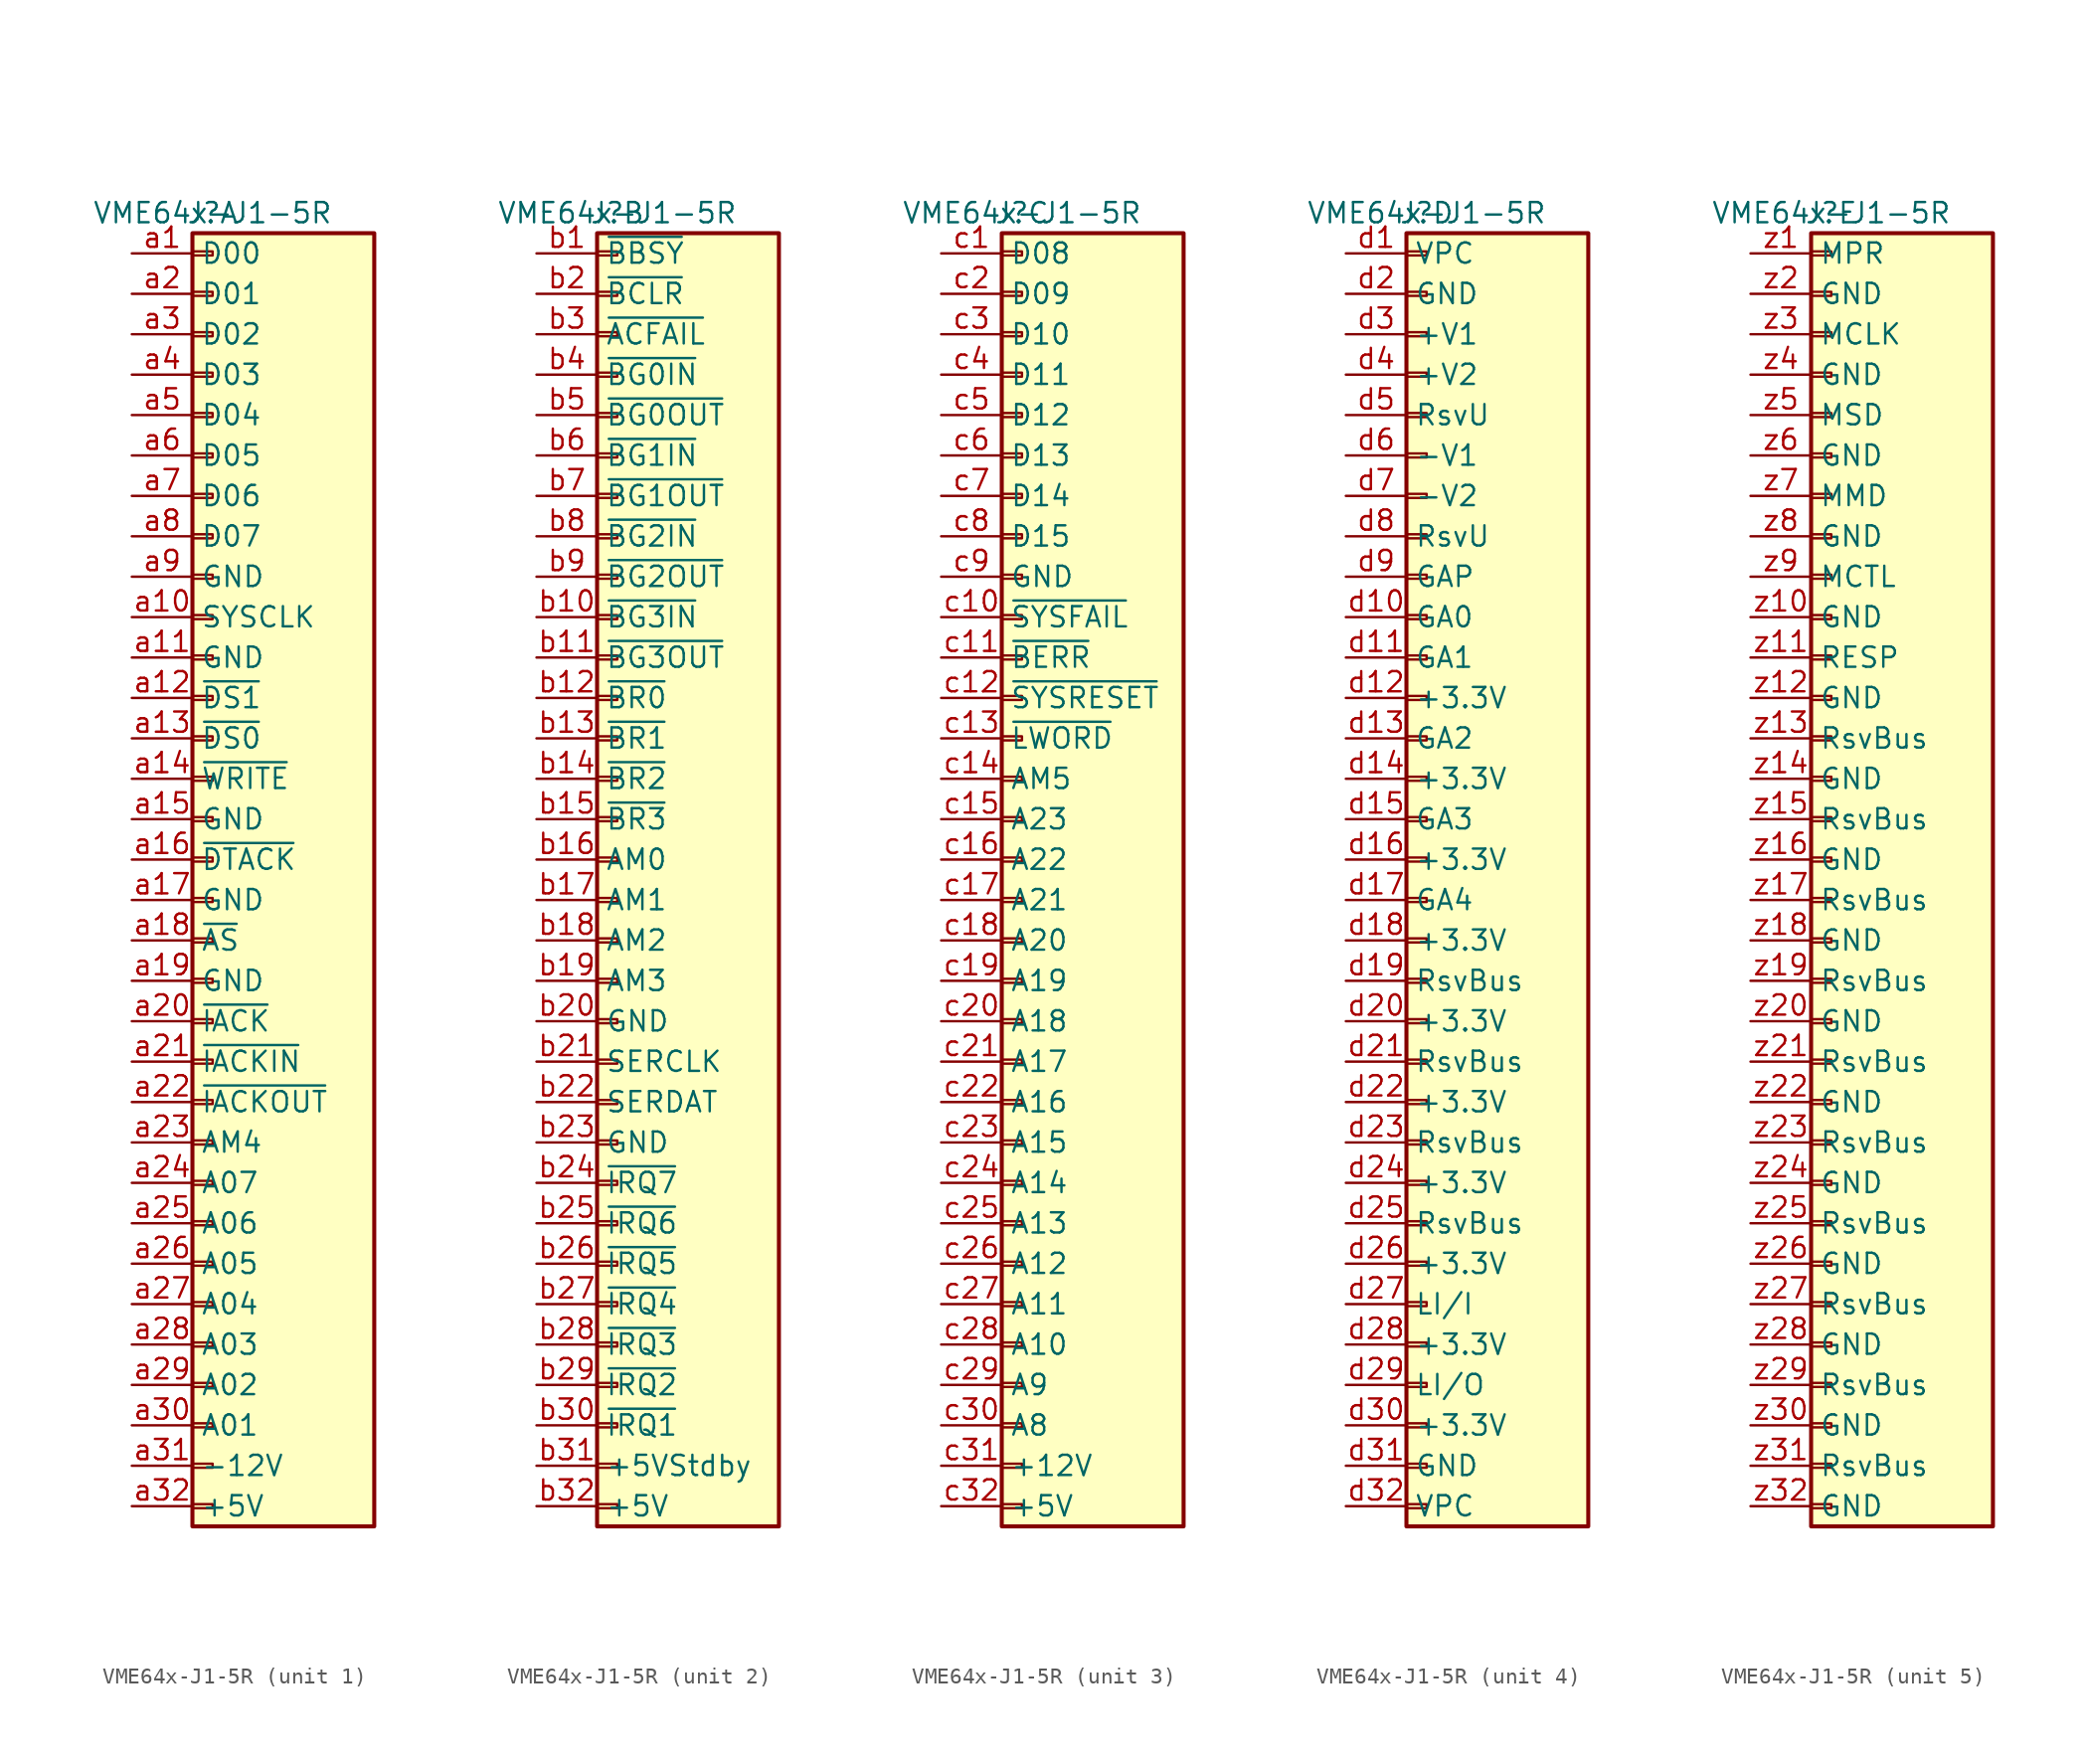
<source format=kicad_sym>
(kicad_symbol_lib
  (version 20231120)
  (generator "kicad_symbol_editor")
  (generator_version "8.0")
  (symbol "VME64x-J1-5R"
    (property "Reference" "J"
      (at 0 40.64 0)
      (effects (font (size 1.27 1.27))))
    (property "Value" "VME64x-J1-5R"
      (at 0 40.64 0)
      (effects (font (size 1.27 1.27))))
    (property "ki_locked" ""
      (at 0 0 0)
      (effects (font (size 1.27 1.27))))
    (symbol "VME64x-J1-5R_1_1"
      (rectangle (start -1.27 -40.513) (end 0 -40.767) (stroke (width 0.152) (type default)) (fill (type none)))
      (rectangle (start -1.27 -37.973) (end 0 -38.227) (stroke (width 0.152) (type default)) (fill (type none)))
      (rectangle (start -1.27 -35.433) (end 0 -35.687) (stroke (width 0.152) (type default)) (fill (type none)))
      (rectangle (start -1.27 -32.893) (end 0 -33.147) (stroke (width 0.152) (type default)) (fill (type none)))
      (rectangle (start -1.27 -30.353) (end 0 -30.607) (stroke (width 0.152) (type default)) (fill (type none)))
      (rectangle (start -1.27 -27.813) (end 0 -28.067) (stroke (width 0.152) (type default)) (fill (type none)))
      (rectangle (start -1.27 -25.273) (end 0 -25.527) (stroke (width 0.152) (type default)) (fill (type none)))
      (rectangle (start -1.27 -22.733) (end 0 -22.987) (stroke (width 0.152) (type default)) (fill (type none)))
      (rectangle (start -1.27 -20.193) (end 0 -20.447) (stroke (width 0.152) (type default)) (fill (type none)))
      (rectangle (start -1.27 -17.653) (end 0 -17.907) (stroke (width 0.152) (type default)) (fill (type none)))
      (rectangle (start -1.27 -15.113) (end 0 -15.367) (stroke (width 0.152) (type default)) (fill (type none)))
      (rectangle (start -1.27 -12.573) (end 0 -12.827) (stroke (width 0.152) (type default)) (fill (type none)))
      (rectangle (start -1.27 -10.033) (end 0 -10.287) (stroke (width 0.152) (type default)) (fill (type none)))
      (rectangle (start -1.27 -7.493) (end 0 -7.747) (stroke (width 0.152) (type default)) (fill (type none)))
      (rectangle (start -1.27 -4.953) (end 0 -5.207) (stroke (width 0.152) (type default)) (fill (type none)))
      (rectangle (start -1.27 -2.413) (end 0 -2.667) (stroke (width 0.152) (type default)) (fill (type none)))
      (rectangle (start -1.27 0.127) (end 0 -0.127) (stroke (width 0.152) (type default)) (fill (type none)))
      (rectangle (start -1.27 2.667) (end 0 2.413) (stroke (width 0.152) (type default)) (fill (type none)))
      (rectangle (start -1.27 5.207) (end 0 4.953) (stroke (width 0.152) (type default)) (fill (type none)))
      (rectangle (start -1.27 7.747) (end 0 7.493) (stroke (width 0.152) (type default)) (fill (type none)))
      (rectangle (start -1.27 10.287) (end 0 10.033) (stroke (width 0.152) (type default)) (fill (type none)))
      (rectangle (start -1.27 12.827) (end 0 12.573) (stroke (width 0.152) (type default)) (fill (type none)))
      (rectangle (start -1.27 15.367) (end 0 15.113) (stroke (width 0.152) (type default)) (fill (type none)))
      (rectangle (start -1.27 17.907) (end 0 17.653) (stroke (width 0.152) (type default)) (fill (type none)))
      (rectangle (start -1.27 20.447) (end 0 20.193) (stroke (width 0.152) (type default)) (fill (type none)))
      (rectangle (start -1.27 22.987) (end 0 22.733) (stroke (width 0.152) (type default)) (fill (type none)))
      (rectangle (start -1.27 25.527) (end 0 25.273) (stroke (width 0.152) (type default)) (fill (type none)))
      (rectangle (start -1.27 28.067) (end 0 27.813) (stroke (width 0.152) (type default)) (fill (type none)))
      (rectangle (start -1.27 30.607) (end 0 30.353) (stroke (width 0.152) (type default)) (fill (type none)))
      (rectangle (start -1.27 33.147) (end 0 32.893) (stroke (width 0.152) (type default)) (fill (type none)))
      (rectangle (start -1.27 35.687) (end 0 35.433) (stroke (width 0.152) (type default)) (fill (type none)))
      (rectangle (start -1.27 38.227) (end 0 37.973) (stroke (width 0.152) (type default)) (fill (type none)))
      (rectangle (start -1.27 39.37) (end 10.16 -41.91) (stroke (width 0.254) (type default)) (fill (type background)))
      (pin bidirectional line (at -5.08 38.1 0) (length 3.81) (name "D00" (effects (font (size 1.27 1.27)))) (number "a1" (effects (font (size 1.27 1.27)))))
      (pin output line (at -5.08 15.24 0) (length 3.81) (name "SYSCLK" (effects (font (size 1.27 1.27)))) (number "a10" (effects (font (size 1.27 1.27)))))
      (pin power_out line (at -5.08 12.7 0) (length 3.81) (name "GND" (effects (font (size 1.27 1.27)))) (number "a11" (effects (font (size 1.27 1.27)))))
      (pin bidirectional line (at -5.08 10.16 0) (length 3.81) (name "~{DS1}" (effects (font (size 1.27 1.27)))) (number "a12" (effects (font (size 1.27 1.27)))))
      (pin bidirectional line (at -5.08 7.62 0) (length 3.81) (name "~{DS0}" (effects (font (size 1.27 1.27)))) (number "a13" (effects (font (size 1.27 1.27)))))
      (pin bidirectional line (at -5.08 5.08 0) (length 3.81) (name "~{WRITE}" (effects (font (size 1.27 1.27)))) (number "a14" (effects (font (size 1.27 1.27)))))
      (pin power_out line (at -5.08 2.54 0) (length 3.81) (name "GND" (effects (font (size 1.27 1.27)))) (number "a15" (effects (font (size 1.27 1.27)))))
      (pin bidirectional line (at -5.08 0 0) (length 3.81) (name "~{DTACK}" (effects (font (size 1.27 1.27)))) (number "a16" (effects (font (size 1.27 1.27)))))
      (pin power_out line (at -5.08 -2.54 0) (length 3.81) (name "GND" (effects (font (size 1.27 1.27)))) (number "a17" (effects (font (size 1.27 1.27)))))
      (pin bidirectional line (at -5.08 -5.08 0) (length 3.81) (name "~{AS}" (effects (font (size 1.27 1.27)))) (number "a18" (effects (font (size 1.27 1.27)))))
      (pin power_out line (at -5.08 -7.62 0) (length 3.81) (name "GND" (effects (font (size 1.27 1.27)))) (number "a19" (effects (font (size 1.27 1.27)))))
      (pin bidirectional line (at -5.08 35.56 0) (length 3.81) (name "D01" (effects (font (size 1.27 1.27)))) (number "a2" (effects (font (size 1.27 1.27)))))
      (pin bidirectional line (at -5.08 -10.16 0) (length 3.81) (name "~{IACK}" (effects (font (size 1.27 1.27)))) (number "a20" (effects (font (size 1.27 1.27)))))
      (pin input line (at -5.08 -12.7 0) (length 3.81) (name "~{IACKIN}" (effects (font (size 1.27 1.27)))) (number "a21" (effects (font (size 1.27 1.27)))))
      (pin output line (at -5.08 -15.24 0) (length 3.81) (name "~{IACKOUT}" (effects (font (size 1.27 1.27)))) (number "a22" (effects (font (size 1.27 1.27)))))
      (pin bidirectional line (at -5.08 -17.78 0) (length 3.81) (name "AM4" (effects (font (size 1.27 1.27)))) (number "a23" (effects (font (size 1.27 1.27)))))
      (pin bidirectional line (at -5.08 -20.32 0) (length 3.81) (name "A07" (effects (font (size 1.27 1.27)))) (number "a24" (effects (font (size 1.27 1.27)))))
      (pin bidirectional line (at -5.08 -22.86 0) (length 3.81) (name "A06" (effects (font (size 1.27 1.27)))) (number "a25" (effects (font (size 1.27 1.27)))))
      (pin bidirectional line (at -5.08 -25.4 0) (length 3.81) (name "A05" (effects (font (size 1.27 1.27)))) (number "a26" (effects (font (size 1.27 1.27)))))
      (pin bidirectional line (at -5.08 -27.94 0) (length 3.81) (name "A04" (effects (font (size 1.27 1.27)))) (number "a27" (effects (font (size 1.27 1.27)))))
      (pin bidirectional line (at -5.08 -30.48 0) (length 3.81) (name "A03" (effects (font (size 1.27 1.27)))) (number "a28" (effects (font (size 1.27 1.27)))))
      (pin bidirectional line (at -5.08 -33.02 0) (length 3.81) (name "A02" (effects (font (size 1.27 1.27)))) (number "a29" (effects (font (size 1.27 1.27)))))
      (pin bidirectional line (at -5.08 33.02 0) (length 3.81) (name "D02" (effects (font (size 1.27 1.27)))) (number "a3" (effects (font (size 1.27 1.27)))))
      (pin bidirectional line (at -5.08 -35.56 0) (length 3.81) (name "A01" (effects (font (size 1.27 1.27)))) (number "a30" (effects (font (size 1.27 1.27)))))
      (pin power_out line (at -5.08 -38.1 0) (length 3.81) (name "-12V" (effects (font (size 1.27 1.27)))) (number "a31" (effects (font (size 1.27 1.27)))))
      (pin power_out line (at -5.08 -40.64 0) (length 3.81) (name "+5V" (effects (font (size 1.27 1.27)))) (number "a32" (effects (font (size 1.27 1.27)))))
      (pin bidirectional line (at -5.08 30.48 0) (length 3.81) (name "D03" (effects (font (size 1.27 1.27)))) (number "a4" (effects (font (size 1.27 1.27)))))
      (pin bidirectional line (at -5.08 27.94 0) (length 3.81) (name "D04" (effects (font (size 1.27 1.27)))) (number "a5" (effects (font (size 1.27 1.27)))))
      (pin bidirectional line (at -5.08 25.4 0) (length 3.81) (name "D05" (effects (font (size 1.27 1.27)))) (number "a6" (effects (font (size 1.27 1.27)))))
      (pin bidirectional line (at -5.08 22.86 0) (length 3.81) (name "D06" (effects (font (size 1.27 1.27)))) (number "a7" (effects (font (size 1.27 1.27)))))
      (pin bidirectional line (at -5.08 20.32 0) (length 3.81) (name "D07" (effects (font (size 1.27 1.27)))) (number "a8" (effects (font (size 1.27 1.27)))))
      (pin power_out line (at -5.08 17.78 0) (length 3.81) (name "GND" (effects (font (size 1.27 1.27)))) (number "a9" (effects (font (size 1.27 1.27))))))
    (symbol "VME64x-J1-5R_2_1"
      (rectangle (start -1.27 -40.513) (end 0 -40.767) (stroke (width 0.152) (type default)) (fill (type none)))
      (rectangle (start -1.27 -37.973) (end 0 -38.227) (stroke (width 0.152) (type default)) (fill (type none)))
      (rectangle (start -1.27 -35.433) (end 0 -35.687) (stroke (width 0.152) (type default)) (fill (type none)))
      (rectangle (start -1.27 -32.893) (end 0 -33.147) (stroke (width 0.152) (type default)) (fill (type none)))
      (rectangle (start -1.27 -30.353) (end 0 -30.607) (stroke (width 0.152) (type default)) (fill (type none)))
      (rectangle (start -1.27 -27.813) (end 0 -28.067) (stroke (width 0.152) (type default)) (fill (type none)))
      (rectangle (start -1.27 -25.273) (end 0 -25.527) (stroke (width 0.152) (type default)) (fill (type none)))
      (rectangle (start -1.27 -22.733) (end 0 -22.987) (stroke (width 0.152) (type default)) (fill (type none)))
      (rectangle (start -1.27 -20.193) (end 0 -20.447) (stroke (width 0.152) (type default)) (fill (type none)))
      (rectangle (start -1.27 -17.653) (end 0 -17.907) (stroke (width 0.152) (type default)) (fill (type none)))
      (rectangle (start -1.27 -15.113) (end 0 -15.367) (stroke (width 0.152) (type default)) (fill (type none)))
      (rectangle (start -1.27 -12.573) (end 0 -12.827) (stroke (width 0.152) (type default)) (fill (type none)))
      (rectangle (start -1.27 -10.033) (end 0 -10.287) (stroke (width 0.152) (type default)) (fill (type none)))
      (rectangle (start -1.27 -7.493) (end 0 -7.747) (stroke (width 0.152) (type default)) (fill (type none)))
      (rectangle (start -1.27 -4.953) (end 0 -5.207) (stroke (width 0.152) (type default)) (fill (type none)))
      (rectangle (start -1.27 -2.413) (end 0 -2.667) (stroke (width 0.152) (type default)) (fill (type none)))
      (rectangle (start -1.27 0.127) (end 0 -0.127) (stroke (width 0.152) (type default)) (fill (type none)))
      (rectangle (start -1.27 2.667) (end 0 2.413) (stroke (width 0.152) (type default)) (fill (type none)))
      (rectangle (start -1.27 5.207) (end 0 4.953) (stroke (width 0.152) (type default)) (fill (type none)))
      (rectangle (start -1.27 7.747) (end 0 7.493) (stroke (width 0.152) (type default)) (fill (type none)))
      (rectangle (start -1.27 10.287) (end 0 10.033) (stroke (width 0.152) (type default)) (fill (type none)))
      (rectangle (start -1.27 12.827) (end 0 12.573) (stroke (width 0.152) (type default)) (fill (type none)))
      (rectangle (start -1.27 15.367) (end 0 15.113) (stroke (width 0.152) (type default)) (fill (type none)))
      (rectangle (start -1.27 17.907) (end 0 17.653) (stroke (width 0.152) (type default)) (fill (type none)))
      (rectangle (start -1.27 20.447) (end 0 20.193) (stroke (width 0.152) (type default)) (fill (type none)))
      (rectangle (start -1.27 22.987) (end 0 22.733) (stroke (width 0.152) (type default)) (fill (type none)))
      (rectangle (start -1.27 25.527) (end 0 25.273) (stroke (width 0.152) (type default)) (fill (type none)))
      (rectangle (start -1.27 28.067) (end 0 27.813) (stroke (width 0.152) (type default)) (fill (type none)))
      (rectangle (start -1.27 30.607) (end 0 30.353) (stroke (width 0.152) (type default)) (fill (type none)))
      (rectangle (start -1.27 33.147) (end 0 32.893) (stroke (width 0.152) (type default)) (fill (type none)))
      (rectangle (start -1.27 35.687) (end 0 35.433) (stroke (width 0.152) (type default)) (fill (type none)))
      (rectangle (start -1.27 38.227) (end 0 37.973) (stroke (width 0.152) (type default)) (fill (type none)))
      (rectangle (start -1.27 39.37) (end 10.16 -41.91) (stroke (width 0.254) (type default)) (fill (type background)))
      (pin bidirectional line (at -5.08 38.1 0) (length 3.81) (name "~{BBSY}" (effects (font (size 1.27 1.27)))) (number "b1" (effects (font (size 1.27 1.27)))))
      (pin input line (at -5.08 15.24 0) (length 3.81) (name "~{BG3IN}" (effects (font (size 1.27 1.27)))) (number "b10" (effects (font (size 1.27 1.27)))))
      (pin output line (at -5.08 12.7 0) (length 3.81) (name "~{BG3OUT}" (effects (font (size 1.27 1.27)))) (number "b11" (effects (font (size 1.27 1.27)))))
      (pin bidirectional line (at -5.08 10.16 0) (length 3.81) (name "~{BR0}" (effects (font (size 1.27 1.27)))) (number "b12" (effects (font (size 1.27 1.27)))))
      (pin bidirectional line (at -5.08 7.62 0) (length 3.81) (name "~{BR1}" (effects (font (size 1.27 1.27)))) (number "b13" (effects (font (size 1.27 1.27)))))
      (pin bidirectional line (at -5.08 5.08 0) (length 3.81) (name "~{BR2}" (effects (font (size 1.27 1.27)))) (number "b14" (effects (font (size 1.27 1.27)))))
      (pin bidirectional line (at -5.08 2.54 0) (length 3.81) (name "~{BR3}" (effects (font (size 1.27 1.27)))) (number "b15" (effects (font (size 1.27 1.27)))))
      (pin bidirectional line (at -5.08 0 0) (length 3.81) (name "AM0" (effects (font (size 1.27 1.27)))) (number "b16" (effects (font (size 1.27 1.27)))))
      (pin bidirectional line (at -5.08 -2.54 0) (length 3.81) (name "AM1" (effects (font (size 1.27 1.27)))) (number "b17" (effects (font (size 1.27 1.27)))))
      (pin bidirectional line (at -5.08 -5.08 0) (length 3.81) (name "AM2" (effects (font (size 1.27 1.27)))) (number "b18" (effects (font (size 1.27 1.27)))))
      (pin bidirectional line (at -5.08 -7.62 0) (length 3.81) (name "AM3" (effects (font (size 1.27 1.27)))) (number "b19" (effects (font (size 1.27 1.27)))))
      (pin bidirectional line (at -5.08 35.56 0) (length 3.81) (name "~{BCLR}" (effects (font (size 1.27 1.27)))) (number "b2" (effects (font (size 1.27 1.27)))))
      (pin power_out line (at -5.08 -10.16 0) (length 3.81) (name "GND" (effects (font (size 1.27 1.27)))) (number "b20" (effects (font (size 1.27 1.27)))))
      (pin bidirectional line (at -5.08 -12.7 0) (length 3.81) (name "SERCLK" (effects (font (size 1.27 1.27)))) (number "b21" (effects (font (size 1.27 1.27)))))
      (pin bidirectional line (at -5.08 -15.24 0) (length 3.81) (name "SERDAT" (effects (font (size 1.27 1.27)))) (number "b22" (effects (font (size 1.27 1.27)))))
      (pin power_out line (at -5.08 -17.78 0) (length 3.81) (name "GND" (effects (font (size 1.27 1.27)))) (number "b23" (effects (font (size 1.27 1.27)))))
      (pin bidirectional line (at -5.08 -20.32 0) (length 3.81) (name "~{IRQ7}" (effects (font (size 1.27 1.27)))) (number "b24" (effects (font (size 1.27 1.27)))))
      (pin bidirectional line (at -5.08 -22.86 0) (length 3.81) (name "~{IRQ6}" (effects (font (size 1.27 1.27)))) (number "b25" (effects (font (size 1.27 1.27)))))
      (pin bidirectional line (at -5.08 -25.4 0) (length 3.81) (name "~{IRQ5}" (effects (font (size 1.27 1.27)))) (number "b26" (effects (font (size 1.27 1.27)))))
      (pin bidirectional line (at -5.08 -27.94 0) (length 3.81) (name "~{IRQ4}" (effects (font (size 1.27 1.27)))) (number "b27" (effects (font (size 1.27 1.27)))))
      (pin bidirectional line (at -5.08 -30.48 0) (length 3.81) (name "~{IRQ3}" (effects (font (size 1.27 1.27)))) (number "b28" (effects (font (size 1.27 1.27)))))
      (pin bidirectional line (at -5.08 -33.02 0) (length 3.81) (name "~{IRQ2}" (effects (font (size 1.27 1.27)))) (number "b29" (effects (font (size 1.27 1.27)))))
      (pin output line (at -5.08 33.02 0) (length 3.81) (name "~{ACFAIL}" (effects (font (size 1.27 1.27)))) (number "b3" (effects (font (size 1.27 1.27)))))
      (pin bidirectional line (at -5.08 -35.56 0) (length 3.81) (name "~{IRQ1}" (effects (font (size 1.27 1.27)))) (number "b30" (effects (font (size 1.27 1.27)))))
      (pin power_out line (at -5.08 -38.1 0) (length 3.81) (name "+5VStdby" (effects (font (size 1.27 1.27)))) (number "b31" (effects (font (size 1.27 1.27)))))
      (pin power_out line (at -5.08 -40.64 0) (length 3.81) (name "+5V" (effects (font (size 1.27 1.27)))) (number "b32" (effects (font (size 1.27 1.27)))))
      (pin input line (at -5.08 30.48 0) (length 3.81) (name "~{BG0IN}" (effects (font (size 1.27 1.27)))) (number "b4" (effects (font (size 1.27 1.27)))))
      (pin output line (at -5.08 27.94 0) (length 3.81) (name "~{BG0OUT}" (effects (font (size 1.27 1.27)))) (number "b5" (effects (font (size 1.27 1.27)))))
      (pin input line (at -5.08 25.4 0) (length 3.81) (name "~{BG1IN}" (effects (font (size 1.27 1.27)))) (number "b6" (effects (font (size 1.27 1.27)))))
      (pin output line (at -5.08 22.86 0) (length 3.81) (name "~{BG1OUT}" (effects (font (size 1.27 1.27)))) (number "b7" (effects (font (size 1.27 1.27)))))
      (pin input line (at -5.08 20.32 0) (length 3.81) (name "~{BG2IN}" (effects (font (size 1.27 1.27)))) (number "b8" (effects (font (size 1.27 1.27)))))
      (pin output line (at -5.08 17.78 0) (length 3.81) (name "~{BG2OUT}" (effects (font (size 1.27 1.27)))) (number "b9" (effects (font (size 1.27 1.27))))))
    (symbol "VME64x-J1-5R_3_1"
      (rectangle (start -1.27 -40.513) (end 0 -40.767) (stroke (width 0.152) (type default)) (fill (type none)))
      (rectangle (start -1.27 -37.973) (end 0 -38.227) (stroke (width 0.152) (type default)) (fill (type none)))
      (rectangle (start -1.27 -35.433) (end 0 -35.687) (stroke (width 0.152) (type default)) (fill (type none)))
      (rectangle (start -1.27 -32.893) (end 0 -33.147) (stroke (width 0.152) (type default)) (fill (type none)))
      (rectangle (start -1.27 -30.353) (end 0 -30.607) (stroke (width 0.152) (type default)) (fill (type none)))
      (rectangle (start -1.27 -27.813) (end 0 -28.067) (stroke (width 0.152) (type default)) (fill (type none)))
      (rectangle (start -1.27 -25.273) (end 0 -25.527) (stroke (width 0.152) (type default)) (fill (type none)))
      (rectangle (start -1.27 -22.733) (end 0 -22.987) (stroke (width 0.152) (type default)) (fill (type none)))
      (rectangle (start -1.27 -20.193) (end 0 -20.447) (stroke (width 0.152) (type default)) (fill (type none)))
      (rectangle (start -1.27 -17.653) (end 0 -17.907) (stroke (width 0.152) (type default)) (fill (type none)))
      (rectangle (start -1.27 -15.113) (end 0 -15.367) (stroke (width 0.152) (type default)) (fill (type none)))
      (rectangle (start -1.27 -12.573) (end 0 -12.827) (stroke (width 0.152) (type default)) (fill (type none)))
      (rectangle (start -1.27 -10.033) (end 0 -10.287) (stroke (width 0.152) (type default)) (fill (type none)))
      (rectangle (start -1.27 -7.493) (end 0 -7.747) (stroke (width 0.152) (type default)) (fill (type none)))
      (rectangle (start -1.27 -4.953) (end 0 -5.207) (stroke (width 0.152) (type default)) (fill (type none)))
      (rectangle (start -1.27 -2.413) (end 0 -2.667) (stroke (width 0.152) (type default)) (fill (type none)))
      (rectangle (start -1.27 0.127) (end 0 -0.127) (stroke (width 0.152) (type default)) (fill (type none)))
      (rectangle (start -1.27 2.667) (end 0 2.413) (stroke (width 0.152) (type default)) (fill (type none)))
      (rectangle (start -1.27 5.207) (end 0 4.953) (stroke (width 0.152) (type default)) (fill (type none)))
      (rectangle (start -1.27 7.747) (end 0 7.493) (stroke (width 0.152) (type default)) (fill (type none)))
      (rectangle (start -1.27 10.287) (end 0 10.033) (stroke (width 0.152) (type default)) (fill (type none)))
      (rectangle (start -1.27 12.827) (end 0 12.573) (stroke (width 0.152) (type default)) (fill (type none)))
      (rectangle (start -1.27 15.367) (end 0 15.113) (stroke (width 0.152) (type default)) (fill (type none)))
      (rectangle (start -1.27 17.907) (end 0 17.653) (stroke (width 0.152) (type default)) (fill (type none)))
      (rectangle (start -1.27 20.447) (end 0 20.193) (stroke (width 0.152) (type default)) (fill (type none)))
      (rectangle (start -1.27 22.987) (end 0 22.733) (stroke (width 0.152) (type default)) (fill (type none)))
      (rectangle (start -1.27 25.527) (end 0 25.273) (stroke (width 0.152) (type default)) (fill (type none)))
      (rectangle (start -1.27 28.067) (end 0 27.813) (stroke (width 0.152) (type default)) (fill (type none)))
      (rectangle (start -1.27 30.607) (end 0 30.353) (stroke (width 0.152) (type default)) (fill (type none)))
      (rectangle (start -1.27 33.147) (end 0 32.893) (stroke (width 0.152) (type default)) (fill (type none)))
      (rectangle (start -1.27 35.687) (end 0 35.433) (stroke (width 0.152) (type default)) (fill (type none)))
      (rectangle (start -1.27 38.227) (end 0 37.973) (stroke (width 0.152) (type default)) (fill (type none)))
      (rectangle (start -1.27 39.37) (end 10.16 -41.91) (stroke (width 0.254) (type default)) (fill (type background)))
      (pin bidirectional line (at -5.08 38.1 0) (length 3.81) (name "D08" (effects (font (size 1.27 1.27)))) (number "c1" (effects (font (size 1.27 1.27)))))
      (pin bidirectional line (at -5.08 15.24 0) (length 3.81) (name "~{SYSFAIL}" (effects (font (size 1.27 1.27)))) (number "c10" (effects (font (size 1.27 1.27)))))
      (pin bidirectional line (at -5.08 12.7 0) (length 3.81) (name "~{BERR}" (effects (font (size 1.27 1.27)))) (number "c11" (effects (font (size 1.27 1.27)))))
      (pin bidirectional line (at -5.08 10.16 0) (length 3.81) (name "~{SYSRESET}" (effects (font (size 1.27 1.27)))) (number "c12" (effects (font (size 1.27 1.27)))))
      (pin bidirectional line (at -5.08 7.62 0) (length 3.81) (name "~{LWORD}" (effects (font (size 1.27 1.27)))) (number "c13" (effects (font (size 1.27 1.27)))))
      (pin bidirectional line (at -5.08 5.08 0) (length 3.81) (name "AM5" (effects (font (size 1.27 1.27)))) (number "c14" (effects (font (size 1.27 1.27)))))
      (pin bidirectional line (at -5.08 2.54 0) (length 3.81) (name "A23" (effects (font (size 1.27 1.27)))) (number "c15" (effects (font (size 1.27 1.27)))))
      (pin bidirectional line (at -5.08 0 0) (length 3.81) (name "A22" (effects (font (size 1.27 1.27)))) (number "c16" (effects (font (size 1.27 1.27)))))
      (pin bidirectional line (at -5.08 -2.54 0) (length 3.81) (name "A21" (effects (font (size 1.27 1.27)))) (number "c17" (effects (font (size 1.27 1.27)))))
      (pin bidirectional line (at -5.08 -5.08 0) (length 3.81) (name "A20" (effects (font (size 1.27 1.27)))) (number "c18" (effects (font (size 1.27 1.27)))))
      (pin bidirectional line (at -5.08 -7.62 0) (length 3.81) (name "A19" (effects (font (size 1.27 1.27)))) (number "c19" (effects (font (size 1.27 1.27)))))
      (pin bidirectional line (at -5.08 35.56 0) (length 3.81) (name "D09" (effects (font (size 1.27 1.27)))) (number "c2" (effects (font (size 1.27 1.27)))))
      (pin bidirectional line (at -5.08 -10.16 0) (length 3.81) (name "A18" (effects (font (size 1.27 1.27)))) (number "c20" (effects (font (size 1.27 1.27)))))
      (pin bidirectional line (at -5.08 -12.7 0) (length 3.81) (name "A17" (effects (font (size 1.27 1.27)))) (number "c21" (effects (font (size 1.27 1.27)))))
      (pin bidirectional line (at -5.08 -15.24 0) (length 3.81) (name "A16" (effects (font (size 1.27 1.27)))) (number "c22" (effects (font (size 1.27 1.27)))))
      (pin bidirectional line (at -5.08 -17.78 0) (length 3.81) (name "A15" (effects (font (size 1.27 1.27)))) (number "c23" (effects (font (size 1.27 1.27)))))
      (pin bidirectional line (at -5.08 -20.32 0) (length 3.81) (name "A14" (effects (font (size 1.27 1.27)))) (number "c24" (effects (font (size 1.27 1.27)))))
      (pin bidirectional line (at -5.08 -22.86 0) (length 3.81) (name "A13" (effects (font (size 1.27 1.27)))) (number "c25" (effects (font (size 1.27 1.27)))))
      (pin bidirectional line (at -5.08 -25.4 0) (length 3.81) (name "A12" (effects (font (size 1.27 1.27)))) (number "c26" (effects (font (size 1.27 1.27)))))
      (pin bidirectional line (at -5.08 -27.94 0) (length 3.81) (name "A11" (effects (font (size 1.27 1.27)))) (number "c27" (effects (font (size 1.27 1.27)))))
      (pin bidirectional line (at -5.08 -30.48 0) (length 3.81) (name "A10" (effects (font (size 1.27 1.27)))) (number "c28" (effects (font (size 1.27 1.27)))))
      (pin bidirectional line (at -5.08 -33.02 0) (length 3.81) (name "A9" (effects (font (size 1.27 1.27)))) (number "c29" (effects (font (size 1.27 1.27)))))
      (pin bidirectional line (at -5.08 33.02 0) (length 3.81) (name "D10" (effects (font (size 1.27 1.27)))) (number "c3" (effects (font (size 1.27 1.27)))))
      (pin bidirectional line (at -5.08 -35.56 0) (length 3.81) (name "A8" (effects (font (size 1.27 1.27)))) (number "c30" (effects (font (size 1.27 1.27)))))
      (pin power_out line (at -5.08 -38.1 0) (length 3.81) (name "+12V" (effects (font (size 1.27 1.27)))) (number "c31" (effects (font (size 1.27 1.27)))))
      (pin power_out line (at -5.08 -40.64 0) (length 3.81) (name "+5V" (effects (font (size 1.27 1.27)))) (number "c32" (effects (font (size 1.27 1.27)))))
      (pin bidirectional line (at -5.08 30.48 0) (length 3.81) (name "D11" (effects (font (size 1.27 1.27)))) (number "c4" (effects (font (size 1.27 1.27)))))
      (pin bidirectional line (at -5.08 27.94 0) (length 3.81) (name "D12" (effects (font (size 1.27 1.27)))) (number "c5" (effects (font (size 1.27 1.27)))))
      (pin bidirectional line (at -5.08 25.4 0) (length 3.81) (name "D13" (effects (font (size 1.27 1.27)))) (number "c6" (effects (font (size 1.27 1.27)))))
      (pin bidirectional line (at -5.08 22.86 0) (length 3.81) (name "D14" (effects (font (size 1.27 1.27)))) (number "c7" (effects (font (size 1.27 1.27)))))
      (pin bidirectional line (at -5.08 20.32 0) (length 3.81) (name "D15" (effects (font (size 1.27 1.27)))) (number "c8" (effects (font (size 1.27 1.27)))))
      (pin power_out line (at -5.08 17.78 0) (length 3.81) (name "GND" (effects (font (size 1.27 1.27)))) (number "c9" (effects (font (size 1.27 1.27))))))
    (symbol "VME64x-J1-5R_4_1"
      (rectangle (start -1.27 -40.513) (end 0 -40.767) (stroke (width 0.152) (type default)) (fill (type none)))
      (rectangle (start -1.27 -37.973) (end 0 -38.227) (stroke (width 0.152) (type default)) (fill (type none)))
      (rectangle (start -1.27 -35.433) (end 0 -35.687) (stroke (width 0.152) (type default)) (fill (type none)))
      (rectangle (start -1.27 -32.893) (end 0 -33.147) (stroke (width 0.152) (type default)) (fill (type none)))
      (rectangle (start -1.27 -30.353) (end 0 -30.607) (stroke (width 0.152) (type default)) (fill (type none)))
      (rectangle (start -1.27 -27.813) (end 0 -28.067) (stroke (width 0.152) (type default)) (fill (type none)))
      (rectangle (start -1.27 -25.273) (end 0 -25.527) (stroke (width 0.152) (type default)) (fill (type none)))
      (rectangle (start -1.27 -22.733) (end 0 -22.987) (stroke (width 0.152) (type default)) (fill (type none)))
      (rectangle (start -1.27 -20.193) (end 0 -20.447) (stroke (width 0.152) (type default)) (fill (type none)))
      (rectangle (start -1.27 -17.653) (end 0 -17.907) (stroke (width 0.152) (type default)) (fill (type none)))
      (rectangle (start -1.27 -15.113) (end 0 -15.367) (stroke (width 0.152) (type default)) (fill (type none)))
      (rectangle (start -1.27 -12.573) (end 0 -12.827) (stroke (width 0.152) (type default)) (fill (type none)))
      (rectangle (start -1.27 -10.033) (end 0 -10.287) (stroke (width 0.152) (type default)) (fill (type none)))
      (rectangle (start -1.27 -7.493) (end 0 -7.747) (stroke (width 0.152) (type default)) (fill (type none)))
      (rectangle (start -1.27 -4.953) (end 0 -5.207) (stroke (width 0.152) (type default)) (fill (type none)))
      (rectangle (start -1.27 -2.413) (end 0 -2.667) (stroke (width 0.152) (type default)) (fill (type none)))
      (rectangle (start -1.27 0.127) (end 0 -0.127) (stroke (width 0.152) (type default)) (fill (type none)))
      (rectangle (start -1.27 2.667) (end 0 2.413) (stroke (width 0.152) (type default)) (fill (type none)))
      (rectangle (start -1.27 5.207) (end 0 4.953) (stroke (width 0.152) (type default)) (fill (type none)))
      (rectangle (start -1.27 7.747) (end 0 7.493) (stroke (width 0.152) (type default)) (fill (type none)))
      (rectangle (start -1.27 10.287) (end 0 10.033) (stroke (width 0.152) (type default)) (fill (type none)))
      (rectangle (start -1.27 12.827) (end 0 12.573) (stroke (width 0.152) (type default)) (fill (type none)))
      (rectangle (start -1.27 15.367) (end 0 15.113) (stroke (width 0.152) (type default)) (fill (type none)))
      (rectangle (start -1.27 17.907) (end 0 17.653) (stroke (width 0.152) (type default)) (fill (type none)))
      (rectangle (start -1.27 20.447) (end 0 20.193) (stroke (width 0.152) (type default)) (fill (type none)))
      (rectangle (start -1.27 22.987) (end 0 22.733) (stroke (width 0.152) (type default)) (fill (type none)))
      (rectangle (start -1.27 25.527) (end 0 25.273) (stroke (width 0.152) (type default)) (fill (type none)))
      (rectangle (start -1.27 28.067) (end 0 27.813) (stroke (width 0.152) (type default)) (fill (type none)))
      (rectangle (start -1.27 30.607) (end 0 30.353) (stroke (width 0.152) (type default)) (fill (type none)))
      (rectangle (start -1.27 33.147) (end 0 32.893) (stroke (width 0.152) (type default)) (fill (type none)))
      (rectangle (start -1.27 35.687) (end 0 35.433) (stroke (width 0.152) (type default)) (fill (type none)))
      (rectangle (start -1.27 38.227) (end 0 37.973) (stroke (width 0.152) (type default)) (fill (type none)))
      (rectangle (start -1.27 39.37) (end 10.16 -41.91) (stroke (width 0.254) (type default)) (fill (type background)))
      (pin power_in line (at -5.08 38.1 0) (length 3.81) (name "VPC" (effects (font (size 1.27 1.27)))) (number "d1" (effects (font (size 1.27 1.27)))))
      (pin input line (at -5.08 15.24 0) (length 3.81) (name "GA0" (effects (font (size 1.27 1.27)))) (number "d10" (effects (font (size 1.27 1.27)))))
      (pin input line (at -5.08 12.7 0) (length 3.81) (name "GA1" (effects (font (size 1.27 1.27)))) (number "d11" (effects (font (size 1.27 1.27)))))
      (pin power_in line (at -5.08 10.16 0) (length 3.81) (name "+3.3V" (effects (font (size 1.27 1.27)))) (number "d12" (effects (font (size 1.27 1.27)))))
      (pin input line (at -5.08 7.62 0) (length 3.81) (name "GA2" (effects (font (size 1.27 1.27)))) (number "d13" (effects (font (size 1.27 1.27)))))
      (pin power_in line (at -5.08 5.08 0) (length 3.81) (name "+3.3V" (effects (font (size 1.27 1.27)))) (number "d14" (effects (font (size 1.27 1.27)))))
      (pin input line (at -5.08 2.54 0) (length 3.81) (name "GA3" (effects (font (size 1.27 1.27)))) (number "d15" (effects (font (size 1.27 1.27)))))
      (pin power_in line (at -5.08 0 0) (length 3.81) (name "+3.3V" (effects (font (size 1.27 1.27)))) (number "d16" (effects (font (size 1.27 1.27)))))
      (pin input line (at -5.08 -2.54 0) (length 3.81) (name "GA4" (effects (font (size 1.27 1.27)))) (number "d17" (effects (font (size 1.27 1.27)))))
      (pin power_in line (at -5.08 -5.08 0) (length 3.81) (name "+3.3V" (effects (font (size 1.27 1.27)))) (number "d18" (effects (font (size 1.27 1.27)))))
      (pin bidirectional line (at -5.08 -7.62 0) (length 3.81) (name "RsvBus" (effects (font (size 1.27 1.27)))) (number "d19" (effects (font (size 1.27 1.27)))))
      (pin power_in line (at -5.08 35.56 0) (length 3.81) (name "GND" (effects (font (size 1.27 1.27)))) (number "d2" (effects (font (size 1.27 1.27)))))
      (pin power_in line (at -5.08 -10.16 0) (length 3.81) (name "+3.3V" (effects (font (size 1.27 1.27)))) (number "d20" (effects (font (size 1.27 1.27)))))
      (pin bidirectional line (at -5.08 -12.7 0) (length 3.81) (name "RsvBus" (effects (font (size 1.27 1.27)))) (number "d21" (effects (font (size 1.27 1.27)))))
      (pin power_in line (at -5.08 -15.24 0) (length 3.81) (name "+3.3V" (effects (font (size 1.27 1.27)))) (number "d22" (effects (font (size 1.27 1.27)))))
      (pin bidirectional line (at -5.08 -17.78 0) (length 3.81) (name "RsvBus" (effects (font (size 1.27 1.27)))) (number "d23" (effects (font (size 1.27 1.27)))))
      (pin power_in line (at -5.08 -20.32 0) (length 3.81) (name "+3.3V" (effects (font (size 1.27 1.27)))) (number "d24" (effects (font (size 1.27 1.27)))))
      (pin bidirectional line (at -5.08 -22.86 0) (length 3.81) (name "RsvBus" (effects (font (size 1.27 1.27)))) (number "d25" (effects (font (size 1.27 1.27)))))
      (pin power_in line (at -5.08 -25.4 0) (length 3.81) (name "+3.3V" (effects (font (size 1.27 1.27)))) (number "d26" (effects (font (size 1.27 1.27)))))
      (pin output line (at -5.08 -27.94 0) (length 3.81) (name "LI/I" (effects (font (size 1.27 1.27)))) (number "d27" (effects (font (size 1.27 1.27)))))
      (pin power_in line (at -5.08 -30.48 0) (length 3.81) (name "+3.3V" (effects (font (size 1.27 1.27)))) (number "d28" (effects (font (size 1.27 1.27)))))
      (pin input line (at -5.08 -33.02 0) (length 3.81) (name "LI/O" (effects (font (size 1.27 1.27)))) (number "d29" (effects (font (size 1.27 1.27)))))
      (pin power_in line (at -5.08 33.02 0) (length 3.81) (name "+V1" (effects (font (size 1.27 1.27)))) (number "d3" (effects (font (size 1.27 1.27)))))
      (pin power_in line (at -5.08 -35.56 0) (length 3.81) (name "+3.3V" (effects (font (size 1.27 1.27)))) (number "d30" (effects (font (size 1.27 1.27)))))
      (pin power_in line (at -5.08 -38.1 0) (length 3.81) (name "GND" (effects (font (size 1.27 1.27)))) (number "d31" (effects (font (size 1.27 1.27)))))
      (pin power_in line (at -5.08 -40.64 0) (length 3.81) (name "VPC" (effects (font (size 1.27 1.27)))) (number "d32" (effects (font (size 1.27 1.27)))))
      (pin power_in line (at -5.08 30.48 0) (length 3.81) (name "+V2" (effects (font (size 1.27 1.27)))) (number "d4" (effects (font (size 1.27 1.27)))))
      (pin bidirectional line (at -5.08 27.94 0) (length 3.81) (name "RsvU" (effects (font (size 1.27 1.27)))) (number "d5" (effects (font (size 1.27 1.27)))))
      (pin power_in line (at -5.08 25.4 0) (length 3.81) (name "-V1" (effects (font (size 1.27 1.27)))) (number "d6" (effects (font (size 1.27 1.27)))))
      (pin power_in line (at -5.08 22.86 0) (length 3.81) (name "-V2" (effects (font (size 1.27 1.27)))) (number "d7" (effects (font (size 1.27 1.27)))))
      (pin bidirectional line (at -5.08 20.32 0) (length 3.81) (name "RsvU" (effects (font (size 1.27 1.27)))) (number "d8" (effects (font (size 1.27 1.27)))))
      (pin input line (at -5.08 17.78 0) (length 3.81) (name "GAP" (effects (font (size 1.27 1.27)))) (number "d9" (effects (font (size 1.27 1.27))))))
    (symbol "VME64x-J1-5R_5_1"
      (rectangle (start -1.27 -40.513) (end 0 -40.767) (stroke (width 0.152) (type default)) (fill (type none)))
      (rectangle (start -1.27 -37.973) (end 0 -38.227) (stroke (width 0.152) (type default)) (fill (type none)))
      (rectangle (start -1.27 -35.433) (end 0 -35.687) (stroke (width 0.152) (type default)) (fill (type none)))
      (rectangle (start -1.27 -32.893) (end 0 -33.147) (stroke (width 0.152) (type default)) (fill (type none)))
      (rectangle (start -1.27 -30.353) (end 0 -30.607) (stroke (width 0.152) (type default)) (fill (type none)))
      (rectangle (start -1.27 -27.813) (end 0 -28.067) (stroke (width 0.152) (type default)) (fill (type none)))
      (rectangle (start -1.27 -25.273) (end 0 -25.527) (stroke (width 0.152) (type default)) (fill (type none)))
      (rectangle (start -1.27 -22.733) (end 0 -22.987) (stroke (width 0.152) (type default)) (fill (type none)))
      (rectangle (start -1.27 -20.193) (end 0 -20.447) (stroke (width 0.152) (type default)) (fill (type none)))
      (rectangle (start -1.27 -17.653) (end 0 -17.907) (stroke (width 0.152) (type default)) (fill (type none)))
      (rectangle (start -1.27 -15.113) (end 0 -15.367) (stroke (width 0.152) (type default)) (fill (type none)))
      (rectangle (start -1.27 -12.573) (end 0 -12.827) (stroke (width 0.152) (type default)) (fill (type none)))
      (rectangle (start -1.27 -10.033) (end 0 -10.287) (stroke (width 0.152) (type default)) (fill (type none)))
      (rectangle (start -1.27 -7.493) (end 0 -7.747) (stroke (width 0.152) (type default)) (fill (type none)))
      (rectangle (start -1.27 -4.953) (end 0 -5.207) (stroke (width 0.152) (type default)) (fill (type none)))
      (rectangle (start -1.27 -2.413) (end 0 -2.667) (stroke (width 0.152) (type default)) (fill (type none)))
      (rectangle (start -1.27 0.127) (end 0 -0.127) (stroke (width 0.152) (type default)) (fill (type none)))
      (rectangle (start -1.27 2.667) (end 0 2.413) (stroke (width 0.152) (type default)) (fill (type none)))
      (rectangle (start -1.27 5.207) (end 0 4.953) (stroke (width 0.152) (type default)) (fill (type none)))
      (rectangle (start -1.27 7.747) (end 0 7.493) (stroke (width 0.152) (type default)) (fill (type none)))
      (rectangle (start -1.27 10.287) (end 0 10.033) (stroke (width 0.152) (type default)) (fill (type none)))
      (rectangle (start -1.27 12.827) (end 0 12.573) (stroke (width 0.152) (type default)) (fill (type none)))
      (rectangle (start -1.27 15.367) (end 0 15.113) (stroke (width 0.152) (type default)) (fill (type none)))
      (rectangle (start -1.27 17.907) (end 0 17.653) (stroke (width 0.152) (type default)) (fill (type none)))
      (rectangle (start -1.27 20.447) (end 0 20.193) (stroke (width 0.152) (type default)) (fill (type none)))
      (rectangle (start -1.27 22.987) (end 0 22.733) (stroke (width 0.152) (type default)) (fill (type none)))
      (rectangle (start -1.27 25.527) (end 0 25.273) (stroke (width 0.152) (type default)) (fill (type none)))
      (rectangle (start -1.27 28.067) (end 0 27.813) (stroke (width 0.152) (type default)) (fill (type none)))
      (rectangle (start -1.27 30.607) (end 0 30.353) (stroke (width 0.152) (type default)) (fill (type none)))
      (rectangle (start -1.27 33.147) (end 0 32.893) (stroke (width 0.152) (type default)) (fill (type none)))
      (rectangle (start -1.27 35.687) (end 0 35.433) (stroke (width 0.152) (type default)) (fill (type none)))
      (rectangle (start -1.27 38.227) (end 0 37.973) (stroke (width 0.152) (type default)) (fill (type none)))
      (rectangle (start -1.27 39.37) (end 10.16 -41.91) (stroke (width 0.254) (type default)) (fill (type background)))
      (pin bidirectional line (at -5.08 38.1 0) (length 3.81) (name "MPR" (effects (font (size 1.27 1.27)))) (number "z1" (effects (font (size 1.27 1.27)))))
      (pin power_in line (at -5.08 15.24 0) (length 3.81) (name "GND" (effects (font (size 1.27 1.27)))) (number "z10" (effects (font (size 1.27 1.27)))))
      (pin bidirectional line (at -5.08 12.7 0) (length 3.81) (name "RESP" (effects (font (size 1.27 1.27)))) (number "z11" (effects (font (size 1.27 1.27)))))
      (pin power_in line (at -5.08 10.16 0) (length 3.81) (name "GND" (effects (font (size 1.27 1.27)))) (number "z12" (effects (font (size 1.27 1.27)))))
      (pin bidirectional line (at -5.08 7.62 0) (length 3.81) (name "RsvBus" (effects (font (size 1.27 1.27)))) (number "z13" (effects (font (size 1.27 1.27)))))
      (pin power_in line (at -5.08 5.08 0) (length 3.81) (name "GND" (effects (font (size 1.27 1.27)))) (number "z14" (effects (font (size 1.27 1.27)))))
      (pin bidirectional line (at -5.08 2.54 0) (length 3.81) (name "RsvBus" (effects (font (size 1.27 1.27)))) (number "z15" (effects (font (size 1.27 1.27)))))
      (pin power_in line (at -5.08 0 0) (length 3.81) (name "GND" (effects (font (size 1.27 1.27)))) (number "z16" (effects (font (size 1.27 1.27)))))
      (pin bidirectional line (at -5.08 -2.54 0) (length 3.81) (name "RsvBus" (effects (font (size 1.27 1.27)))) (number "z17" (effects (font (size 1.27 1.27)))))
      (pin power_in line (at -5.08 -5.08 0) (length 3.81) (name "GND" (effects (font (size 1.27 1.27)))) (number "z18" (effects (font (size 1.27 1.27)))))
      (pin bidirectional line (at -5.08 -7.62 0) (length 3.81) (name "RsvBus" (effects (font (size 1.27 1.27)))) (number "z19" (effects (font (size 1.27 1.27)))))
      (pin power_in line (at -5.08 35.56 0) (length 3.81) (name "GND" (effects (font (size 1.27 1.27)))) (number "z2" (effects (font (size 1.27 1.27)))))
      (pin power_in line (at -5.08 -10.16 0) (length 3.81) (name "GND" (effects (font (size 1.27 1.27)))) (number "z20" (effects (font (size 1.27 1.27)))))
      (pin bidirectional line (at -5.08 -12.7 0) (length 3.81) (name "RsvBus" (effects (font (size 1.27 1.27)))) (number "z21" (effects (font (size 1.27 1.27)))))
      (pin power_in line (at -5.08 -15.24 0) (length 3.81) (name "GND" (effects (font (size 1.27 1.27)))) (number "z22" (effects (font (size 1.27 1.27)))))
      (pin bidirectional line (at -5.08 -17.78 0) (length 3.81) (name "RsvBus" (effects (font (size 1.27 1.27)))) (number "z23" (effects (font (size 1.27 1.27)))))
      (pin power_in line (at -5.08 -20.32 0) (length 3.81) (name "GND" (effects (font (size 1.27 1.27)))) (number "z24" (effects (font (size 1.27 1.27)))))
      (pin bidirectional line (at -5.08 -22.86 0) (length 3.81) (name "RsvBus" (effects (font (size 1.27 1.27)))) (number "z25" (effects (font (size 1.27 1.27)))))
      (pin power_in line (at -5.08 -25.4 0) (length 3.81) (name "GND" (effects (font (size 1.27 1.27)))) (number "z26" (effects (font (size 1.27 1.27)))))
      (pin bidirectional line (at -5.08 -27.94 0) (length 3.81) (name "RsvBus" (effects (font (size 1.27 1.27)))) (number "z27" (effects (font (size 1.27 1.27)))))
      (pin power_in line (at -5.08 -30.48 0) (length 3.81) (name "GND" (effects (font (size 1.27 1.27)))) (number "z28" (effects (font (size 1.27 1.27)))))
      (pin bidirectional line (at -5.08 -33.02 0) (length 3.81) (name "RsvBus" (effects (font (size 1.27 1.27)))) (number "z29" (effects (font (size 1.27 1.27)))))
      (pin bidirectional line (at -5.08 33.02 0) (length 3.81) (name "MCLK" (effects (font (size 1.27 1.27)))) (number "z3" (effects (font (size 1.27 1.27)))))
      (pin power_in line (at -5.08 -35.56 0) (length 3.81) (name "GND" (effects (font (size 1.27 1.27)))) (number "z30" (effects (font (size 1.27 1.27)))))
      (pin bidirectional line (at -5.08 -38.1 0) (length 3.81) (name "RsvBus" (effects (font (size 1.27 1.27)))) (number "z31" (effects (font (size 1.27 1.27)))))
      (pin power_in line (at -5.08 -40.64 0) (length 3.81) (name "GND" (effects (font (size 1.27 1.27)))) (number "z32" (effects (font (size 1.27 1.27)))))
      (pin power_in line (at -5.08 30.48 0) (length 3.81) (name "GND" (effects (font (size 1.27 1.27)))) (number "z4" (effects (font (size 1.27 1.27)))))
      (pin bidirectional line (at -5.08 27.94 0) (length 3.81) (name "MSD" (effects (font (size 1.27 1.27)))) (number "z5" (effects (font (size 1.27 1.27)))))
      (pin power_in line (at -5.08 25.4 0) (length 3.81) (name "GND" (effects (font (size 1.27 1.27)))) (number "z6" (effects (font (size 1.27 1.27)))))
      (pin bidirectional line (at -5.08 22.86 0) (length 3.81) (name "MMD" (effects (font (size 1.27 1.27)))) (number "z7" (effects (font (size 1.27 1.27)))))
      (pin power_in line (at -5.08 20.32 0) (length 3.81) (name "GND" (effects (font (size 1.27 1.27)))) (number "z8" (effects (font (size 1.27 1.27)))))
      (pin bidirectional line (at -5.08 17.78 0) (length 3.81) (name "MCTL" (effects (font (size 1.27 1.27)))) (number "z9" (effects (font (size 1.27 1.27))))))))
</source>
